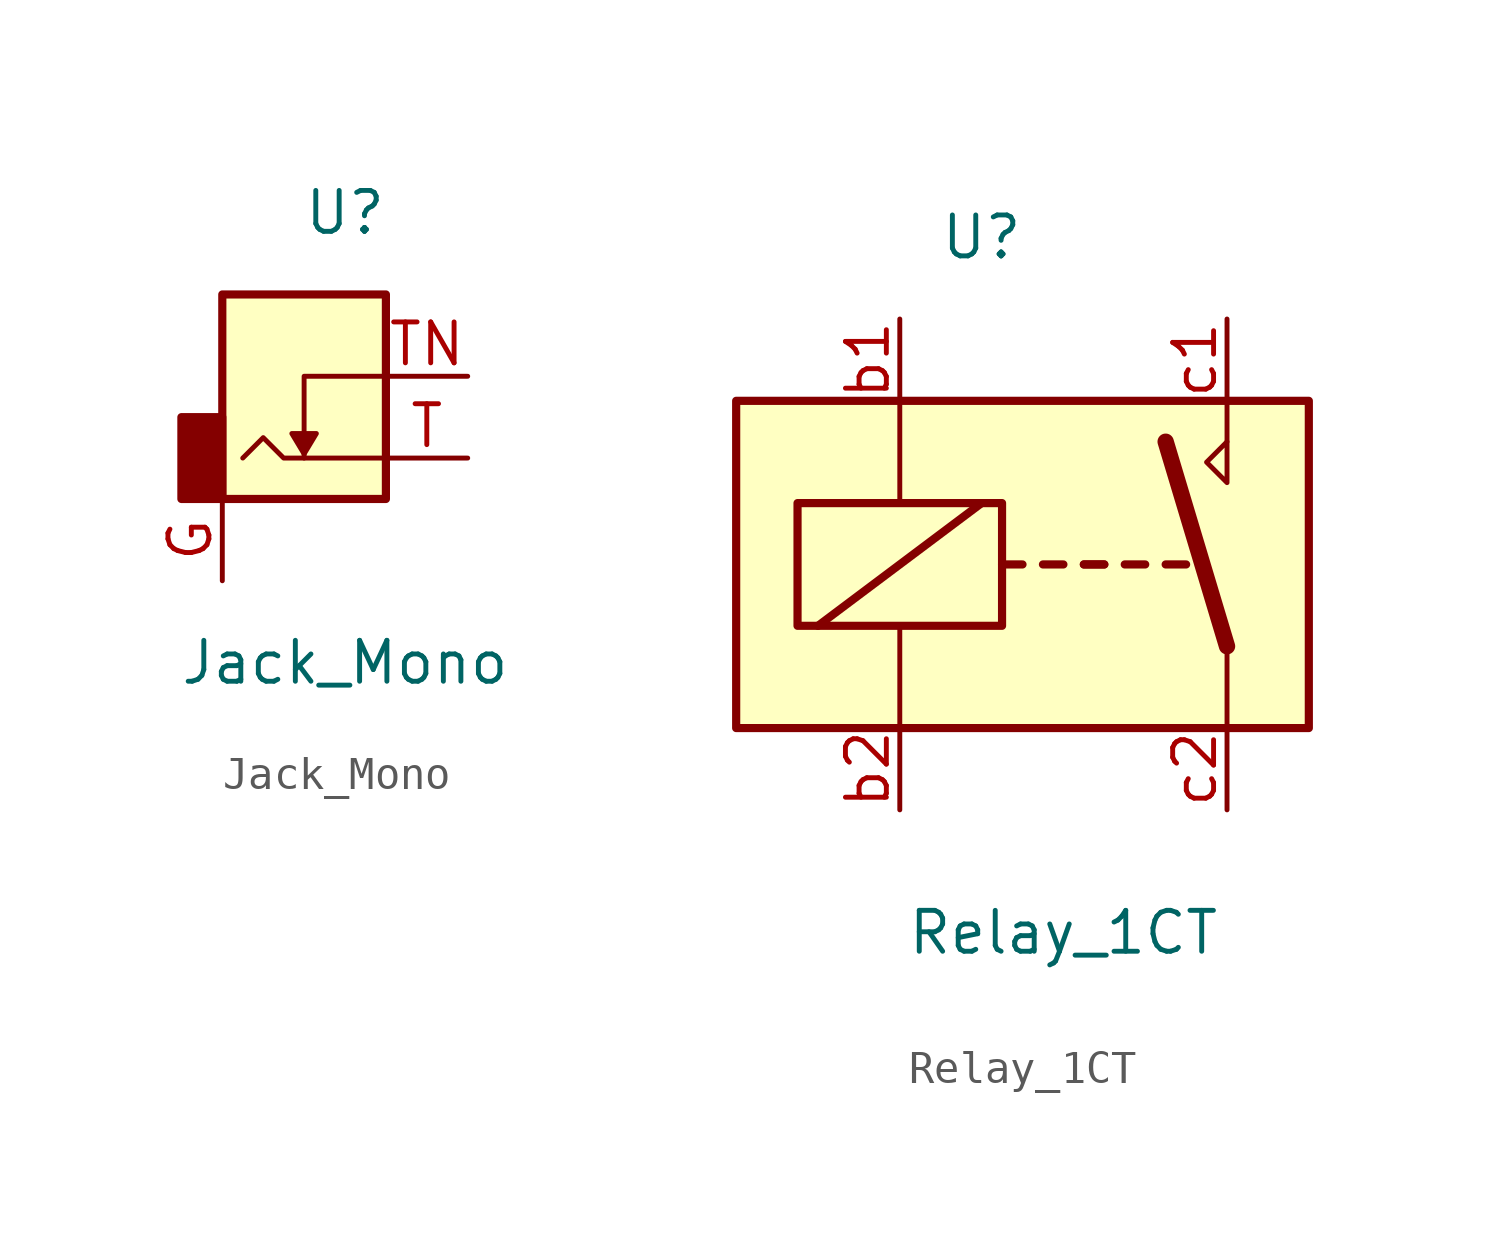
<source format=kicad_sym>
(kicad_symbol_lib
  (version 20211014)
  (generator kicad_symbol_editor)
  (symbol "Jack_Mono"
    (pin_names
      (offset 1.016))
    (property "Reference" "U"
      (at 1.27 5.08 0)
      (effects (font (size 1.27 1.27))))
    (property "Value" "Jack_Mono"
      (at 1.27 -8.89 0)
      (effects (font (size 1.27 1.27))))
    (symbol "Jack_Mono_0_1"
      (polyline (pts (xy 2.54 0) (xy 0 0) (xy 0 -2.54)) (stroke (width 0) (type default) (color 0 0 0 0)) (fill (type none)))
      (polyline (pts (xy 0 -2.413) (xy 0.381 -1.778) (xy -0.381 -1.778) (xy 0 -2.413)) (stroke (width 0) (type default) (color 0 0 0 0)) (fill (type outline)))
      (polyline (pts (xy 2.54 -2.54) (xy -0.635 -2.54) (xy -1.27 -1.905) (xy -1.905 -2.54)) (stroke (width 0) (type default) (color 0 0 0 0)) (fill (type none))))
    (symbol "Jack_Mono_1_1"
      (rectangle (start -2.54 -3.81) (end -3.81 -1.27) (stroke (width 0.254) (type default) (color 0 0 0 0)) (fill (type outline)))
      (rectangle (start 2.54 2.54) (end -2.54 -3.81) (stroke (width 0.254) (type default) (color 0 0 0 0)) (fill (type background)))
      (pin passive line (at -2.54 -6.35 90) (length 2.54) (name "~" (effects (font (size 1.27 1.27)))) (number "G" (effects (font (size 1.27 1.27)))))
      (pin passive line (at 5.08 -2.54 180) (length 2.54) (name "~" (effects (font (size 1.27 1.27)))) (number "T" (effects (font (size 1.27 1.27)))))
      (pin passive line (at 5.08 0 180) (length 2.54) (name "~" (effects (font (size 1.27 1.27)))) (number "TN" (effects (font (size 1.27 1.27)))))))
  (symbol "Relay_1CT"
    (pin_names
      (offset 1.016))
    (property "Reference" "U"
      (at -2.54 10.16 0)
      (effects (font (size 1.27 1.27))))
    (property "Value" "Relay_1CT"
      (at 0 -11.43 0)
      (effects (font (size 1.27 1.27))))
    (symbol "Relay_1CT_1_0"
      (polyline (pts (xy 5.08 3.81) (xy 5.08 5.08)) (stroke (width 0) (type default) (color 0 0 0 0)) (fill (type none)))
      (polyline (pts (xy 5.08 3.81) (xy 5.08 2.54) (xy 4.445 3.175) (xy 5.08 3.81)) (stroke (width 0) (type default) (color 0 0 0 0)) (fill (type none))))
    (symbol "Relay_1CT_1_1"
      (rectangle (start -10.16 5.08) (end 7.62 -5.08) (stroke (width 0.254) (type default) (color 0 0 0 0)) (fill (type background)))
      (rectangle (start -8.255 1.905) (end -1.905 -1.905) (stroke (width 0.254) (type default) (color 0 0 0 0)) (fill (type none)))
      (polyline (pts (xy -7.62 -1.905) (xy -2.54 1.905)) (stroke (width 0.254) (type default) (color 0 0 0 0)) (fill (type none)))
      (polyline (pts (xy -5.08 -5.08) (xy -5.08 -1.905)) (stroke (width 0) (type default) (color 0 0 0 0)) (fill (type none)))
      (polyline (pts (xy -5.08 5.08) (xy -5.08 1.905)) (stroke (width 0) (type default) (color 0 0 0 0)) (fill (type none)))
      (polyline (pts (xy -1.905 0) (xy -1.27 0)) (stroke (width 0.254) (type default) (color 0 0 0 0)) (fill (type none)))
      (polyline (pts (xy -0.635 0) (xy 0 0)) (stroke (width 0.254) (type default) (color 0 0 0 0)) (fill (type none)))
      (polyline (pts (xy 0.635 0) (xy 1.27 0)) (stroke (width 0.254) (type default) (color 0 0 0 0)) (fill (type none)))
      (polyline (pts (xy 0.635 0) (xy 1.27 0)) (stroke (width 0.254) (type default) (color 0 0 0 0)) (fill (type none)))
      (polyline (pts (xy 1.905 0) (xy 2.54 0)) (stroke (width 0.254) (type default) (color 0 0 0 0)) (fill (type none)))
      (polyline (pts (xy 3.175 0) (xy 3.81 0)) (stroke (width 0.254) (type default) (color 0 0 0 0)) (fill (type none)))
      (polyline (pts (xy 5.08 -2.54) (xy 3.175 3.81)) (stroke (width 0.508) (type default) (color 0 0 0 0)) (fill (type none)))
      (polyline (pts (xy 5.08 -2.54) (xy 5.08 -5.08)) (stroke (width 0) (type default) (color 0 0 0 0)) (fill (type none)))
      (pin passive line (at -5.08 7.62 270) (length 2.54) (name "~" (effects (font (size 1.27 1.27)))) (number "b1" (effects (font (size 1.27 1.27)))))
      (pin passive line (at -5.08 -7.62 90) (length 2.54) (name "~" (effects (font (size 1.27 1.27)))) (number "b2" (effects (font (size 1.27 1.27)))))
      (pin passive line (at 5.08 7.62 270) (length 2.54) (name "~" (effects (font (size 1.27 1.27)))) (number "c1" (effects (font (size 1.27 1.27)))))
      (pin passive line (at 5.08 -7.62 90) (length 2.54) (name "~" (effects (font (size 1.27 1.27)))) (number "c2" (effects (font (size 1.27 1.27))))))))
</source>
